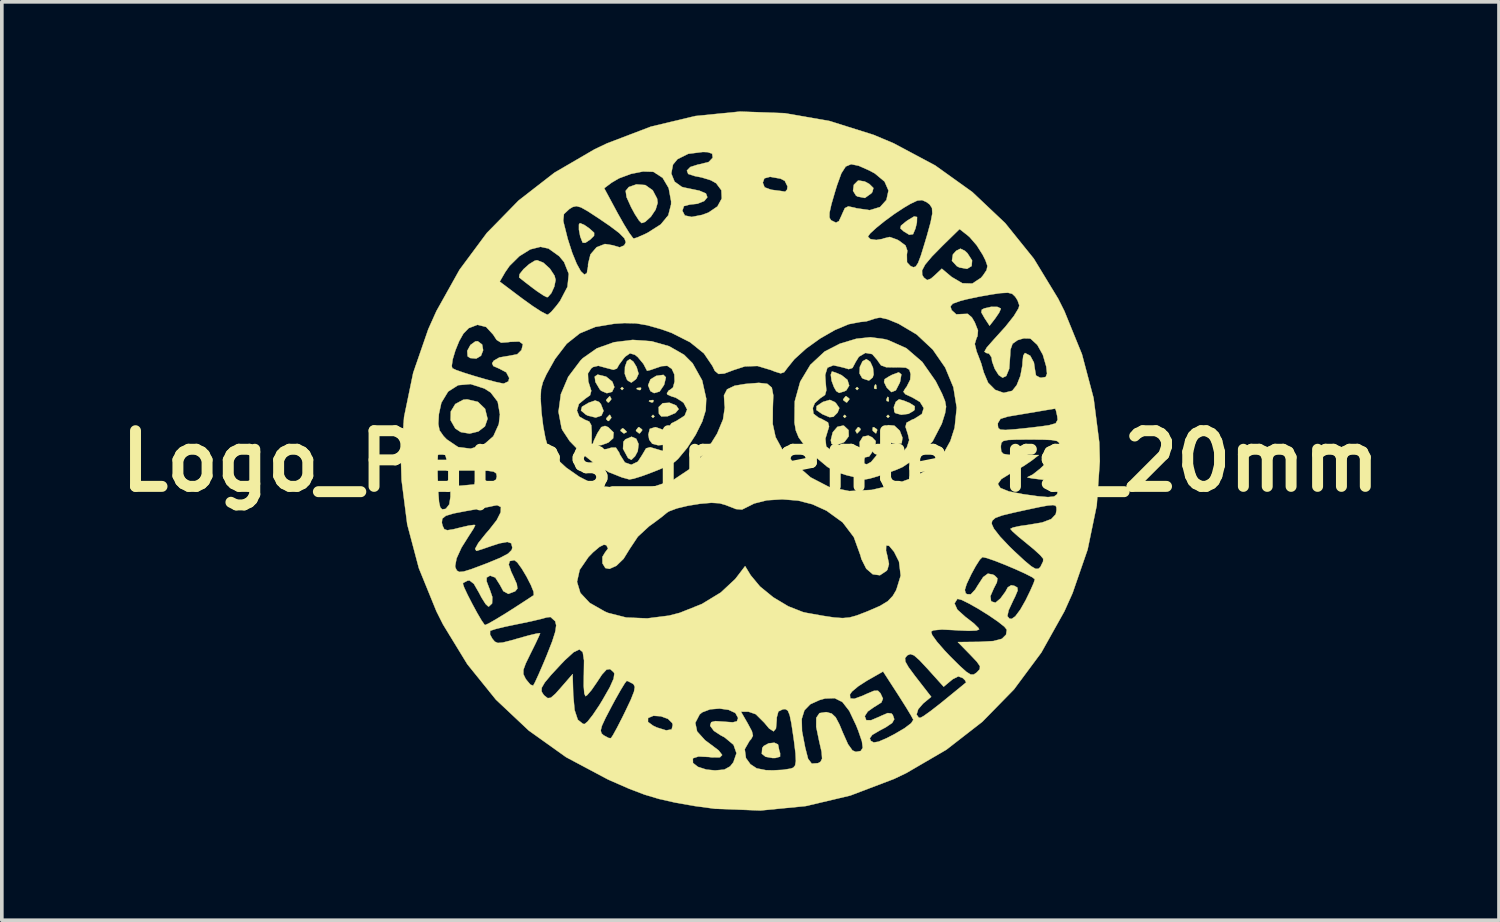
<source format=kicad_pcb>
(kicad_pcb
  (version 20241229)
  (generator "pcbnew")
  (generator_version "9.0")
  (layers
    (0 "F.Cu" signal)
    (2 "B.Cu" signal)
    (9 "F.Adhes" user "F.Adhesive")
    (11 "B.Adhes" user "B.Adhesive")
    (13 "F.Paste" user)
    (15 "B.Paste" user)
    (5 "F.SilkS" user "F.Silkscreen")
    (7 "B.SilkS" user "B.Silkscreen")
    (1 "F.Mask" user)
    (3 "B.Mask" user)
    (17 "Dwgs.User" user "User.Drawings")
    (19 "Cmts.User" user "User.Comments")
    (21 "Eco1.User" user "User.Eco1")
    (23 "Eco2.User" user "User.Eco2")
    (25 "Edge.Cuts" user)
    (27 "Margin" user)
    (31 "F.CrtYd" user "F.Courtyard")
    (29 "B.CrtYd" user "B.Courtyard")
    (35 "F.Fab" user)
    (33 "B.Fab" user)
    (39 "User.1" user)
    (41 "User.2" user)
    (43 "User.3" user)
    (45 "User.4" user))
  (footprint "Logo_Papas_Inventeurs_20mm"
    (layer "F.Cu")
    (at 17.497 9.578)
    (property "Reference" "Logo_Papas_Inventeurs_20mm" (at 0 0 0) (layer "F.SilkS") (effects (font (size 1.524 1.524) (thickness 0.3))))
    (attr through_hole)
    (fp_poly (pts (xy -3.471 -1.99) (xy -3.514 -1.947) (xy -3.556 -1.99) (xy -3.514 -2.032) (xy -3.471 -1.99)) (stroke (width 0.01) (type solid)) (fill yes) (layer "F.SilkS"))
    (fp_poly (pts (xy -2.625 -1.228) (xy -2.667 -1.185) (xy -2.709 -1.228) (xy -2.667 -1.27) (xy -2.625 -1.228)) (stroke (width 0.01) (type solid)) (fill yes) (layer "F.SilkS"))
    (fp_poly (pts (xy 2.625 -1.228) (xy 2.582 -1.185) (xy 2.54 -1.228) (xy 2.582 -1.27) (xy 2.625 -1.228)) (stroke (width 0.01) (type solid)) (fill yes) (layer "F.SilkS"))
    (fp_poly (pts (xy 2.963 -1.99) (xy 2.921 -1.947) (xy 2.879 -1.99) (xy 2.921 -2.032) (xy 2.963 -1.99)) (stroke (width 0.01) (type solid)) (fill yes) (layer "F.SilkS"))
    (fp_poly (pts (xy 3.81 -1.228) (xy 3.768 -1.185) (xy 3.725 -1.228) (xy 3.768 -1.27) (xy 3.81 -1.228)) (stroke (width 0.01) (type solid)) (fill yes) (layer "F.SilkS"))
    (fp_poly (pts (xy -2.992 -2.004) (xy -3.003 -1.953) (xy -3.048 -1.947) (xy -3.118 -1.978) (xy -3.104 -2.004) (xy -3.004 -2.014) (xy -2.992 -2.004)) (stroke (width 0.01) (type solid)) (fill yes) (layer "F.SilkS"))
    (fp_poly (pts (xy -2.653 -1.665) (xy -2.665 -1.615) (xy -2.709 -1.609) (xy -2.779 -1.64) (xy -2.766 -1.665) (xy -2.665 -1.675) (xy -2.653 -1.665)) (stroke (width 0.01) (type solid)) (fill yes) (layer "F.SilkS"))
    (fp_poly (pts (xy 3.443 -2.088) (xy 3.453 -1.988) (xy 3.443 -1.976) (xy 3.393 -1.987) (xy 3.387 -2.032) (xy 3.418 -2.102) (xy 3.443 -2.088)) (stroke (width 0.01) (type solid)) (fill yes) (layer "F.SilkS"))
    (fp_poly (pts (xy 3.782 -1.75) (xy 3.792 -1.649) (xy 3.782 -1.637) (xy 3.731 -1.649) (xy 3.725 -1.693) (xy 3.756 -1.763) (xy 3.782 -1.75)) (stroke (width 0.01) (type solid)) (fill yes) (layer "F.SilkS"))
    (fp_poly (pts (xy -3.811 -1.712) (xy -3.81 -1.693) (xy -3.875 -1.612) (xy -3.9 -1.609) (xy -3.95 -1.661) (xy -3.937 -1.693) (xy -3.861 -1.774) (xy -3.847 -1.778) (xy -3.811 -1.712)) (stroke (width 0.01) (type solid)) (fill yes) (layer "F.SilkS"))
    (fp_poly (pts (xy -3.811 -1.204) (xy -3.81 -1.185) (xy -3.875 -1.104) (xy -3.9 -1.101) (xy -3.95 -1.153) (xy -3.937 -1.185) (xy -3.861 -1.266) (xy -3.847 -1.27) (xy -3.811 -1.204)) (stroke (width 0.01) (type solid)) (fill yes) (layer "F.SilkS"))
    (fp_poly (pts (xy -3.471 -0.889) (xy -3.391 -0.813) (xy -3.387 -0.799) (xy -3.452 -0.763) (xy -3.471 -0.762) (xy -3.553 -0.827) (xy -3.556 -0.852) (xy -3.504 -0.902) (xy -3.471 -0.889)) (stroke (width 0.01) (type solid)) (fill yes) (layer "F.SilkS"))
    (fp_poly (pts (xy -2.966 -0.867) (xy -2.963 -0.847) (xy -3.028 -0.764) (xy -3.048 -0.762) (xy -3.13 -0.826) (xy -3.133 -0.847) (xy -3.068 -0.929) (xy -3.048 -0.931) (xy -2.966 -0.867)) (stroke (width 0.01) (type solid)) (fill yes) (layer "F.SilkS"))
    (fp_poly (pts (xy 2.707 -1.714) (xy 2.709 -1.693) (xy 2.645 -1.611) (xy 2.625 -1.609) (xy 2.542 -1.673) (xy 2.54 -1.693) (xy 2.604 -1.776) (xy 2.625 -1.778) (xy 2.707 -1.714)) (stroke (width 0.01) (type solid)) (fill yes) (layer "F.SilkS"))
    (fp_poly (pts (xy 3.019 -0.879) (xy 3.006 -0.847) (xy 2.93 -0.766) (xy 2.916 -0.762) (xy 2.88 -0.828) (xy 2.879 -0.847) (xy 2.944 -0.928) (xy 2.968 -0.931) (xy 3.019 -0.879)) (stroke (width 0.01) (type solid)) (fill yes) (layer "F.SilkS"))
    (fp_poly (pts (xy 3.468 -0.87) (xy 3.471 -0.847) (xy 3.442 -0.764) (xy 3.434 -0.762) (xy 3.362 -0.821) (xy 3.344 -0.847) (xy 3.351 -0.925) (xy 3.382 -0.931) (xy 3.468 -0.87)) (stroke (width 0.01) (type solid)) (fill yes) (layer "F.SilkS"))
    (fp_poly (pts (xy -2.033 -1.526) (xy -1.964 -1.425) (xy -2.054 -1.32) (xy -2.265 -1.231) (xy -2.439 -1.225) (xy -2.506 -1.302) (xy -2.512 -1.482) (xy -2.401 -1.588) (xy -2.214 -1.6) (xy -2.033 -1.526)) (stroke (width 0.01) (type solid)) (fill yes) (layer "F.SilkS"))
    (fp_poly (pts (xy -7.346 -3.195) (xy -7.318 -3.039) (xy -7.377 -2.887) (xy -7.506 -2.81) (xy -7.675 -2.825) (xy -7.743 -2.872) (xy -7.753 -3.021) (xy -7.666 -3.182) (xy -7.531 -3.28) (xy -7.466 -3.285) (xy -7.346 -3.195)) (stroke (width 0.01) (type solid)) (fill yes) (layer "F.SilkS"))
    (fp_poly (pts (xy -3.951 -2.315) (xy -3.78 -2.177) (xy -3.725 -2.029) (xy -3.788 -1.899) (xy -3.931 -1.862) (xy -4.086 -1.928) (xy -4.125 -1.968) (xy -4.244 -2.169) (xy -4.263 -2.316) (xy -4.183 -2.371) (xy -3.951 -2.315)) (stroke (width 0.01) (type solid)) (fill yes) (layer "F.SilkS"))
    (fp_poly (pts (xy -2.314 -2.296) (xy -2.358 -2.109) (xy -2.366 -2.086) (xy -2.486 -1.908) (xy -2.638 -1.864) (xy -2.738 -1.919) (xy -2.801 -2.079) (xy -2.735 -2.242) (xy -2.578 -2.337) (xy -2.381 -2.364) (xy -2.314 -2.296)) (stroke (width 0.01) (type solid)) (fill yes) (layer "F.SilkS"))
    (fp_poly (pts (xy 3.942 -0.973) (xy 4.089 -0.835) (xy 4.163 -0.644) (xy 4.142 -0.492) (xy 4.005 -0.46) (xy 3.831 -0.511) (xy 3.687 -0.633) (xy 3.643 -0.801) (xy 3.709 -0.948) (xy 3.774 -0.988) (xy 3.942 -0.973)) (stroke (width 0.01) (type solid)) (fill yes) (layer "F.SilkS"))
    (fp_poly (pts (xy -4.551 -6.471) (xy -4.405 -6.369) (xy -4.279 -6.255) (xy -4.281 -6.173) (xy -4.388 -6.067) (xy -4.522 -5.979) (xy -4.594 -5.985) (xy -4.659 -6.151) (xy -4.695 -6.339) (xy -4.695 -6.482) (xy -4.668 -6.519) (xy -4.551 -6.471)) (stroke (width 0.01) (type solid)) (fill yes) (layer "F.SilkS"))
    (fp_poly (pts (xy -4.143 -1.621) (xy -4.094 -1.564) (xy -4.021 -1.378) (xy -4.079 -1.247) (xy -4.235 -1.195) (xy -4.453 -1.248) (xy -4.508 -1.277) (xy -4.639 -1.388) (xy -4.611 -1.492) (xy -4.427 -1.601) (xy -4.25 -1.662) (xy -4.143 -1.621)) (stroke (width 0.01) (type solid)) (fill yes) (layer "F.SilkS"))
    (fp_poly (pts (xy -3.127 -0.615) (xy -3.062 -0.47) (xy -3.084 -0.275) (xy -3.158 -0.136) (xy -3.259 -0.037) (xy -3.344 -0.082) (xy -3.357 -0.098) (xy -3.488 -0.34) (xy -3.477 -0.532) (xy -3.425 -0.596) (xy -3.255 -0.67) (xy -3.127 -0.615)) (stroke (width 0.01) (type solid)) (fill yes) (layer "F.SilkS"))
    (fp_poly (pts (xy -2.394 -0.862) (xy -2.295 -0.66) (xy -2.286 -0.543) (xy -2.355 -0.451) (xy -2.526 -0.436) (xy -2.688 -0.479) (xy -2.77 -0.588) (xy -2.794 -0.727) (xy -2.756 -0.885) (xy -2.61 -0.931) (xy -2.591 -0.931) (xy -2.394 -0.862)) (stroke (width 0.01) (type solid)) (fill yes) (layer "F.SilkS"))
    (fp_poly (pts (xy 2.563 -0.969) (xy 2.687 -0.851) (xy 2.692 -0.683) (xy 2.58 -0.532) (xy 2.546 -0.511) (xy 2.331 -0.43) (xy 2.221 -0.476) (xy 2.201 -0.576) (xy 2.254 -0.791) (xy 2.382 -0.941) (xy 2.541 -0.976) (xy 2.563 -0.969)) (stroke (width 0.01) (type solid)) (fill yes) (layer "F.SilkS"))
    (fp_poly (pts (xy 3.282 -2.722) (xy 3.357 -2.557) (xy 3.374 -2.374) (xy 3.347 -2.291) (xy 3.246 -2.208) (xy 3.094 -2.256) (xy 3.058 -2.278) (xy 2.987 -2.404) (xy 2.997 -2.582) (xy 3.071 -2.737) (xy 3.175 -2.794) (xy 3.282 -2.722)) (stroke (width 0.01) (type solid)) (fill yes) (layer "F.SilkS"))
    (fp_poly (pts (xy 3.333 -0.654) (xy 3.431 -0.551) (xy 3.422 -0.418) (xy 3.379 -0.314) (xy 3.251 -0.129) (xy 3.122 -0.102) (xy 3.019 -0.232) (xy 2.996 -0.303) (xy 2.991 -0.527) (xy 3.081 -0.672) (xy 3.231 -0.702) (xy 3.333 -0.654)) (stroke (width 0.01) (type solid)) (fill yes) (layer "F.SilkS"))
    (fp_poly (pts (xy 4.563 -6.686) (xy 4.558 -6.535) (xy 4.519 -6.371) (xy 4.453 -6.215) (xy 4.349 -6.2) (xy 4.196 -6.294) (xy 4.107 -6.375) (xy 4.123 -6.45) (xy 4.261 -6.563) (xy 4.307 -6.596) (xy 4.483 -6.702) (xy 4.563 -6.686)) (stroke (width 0.01) (type solid)) (fill yes) (layer "F.SilkS"))
    (fp_poly (pts (xy 5.873 -5.76) (xy 5.943 -5.694) (xy 6.07 -5.497) (xy 6.057 -5.343) (xy 5.932 -5.267) (xy 5.724 -5.304) (xy 5.652 -5.341) (xy 5.518 -5.488) (xy 5.545 -5.661) (xy 5.635 -5.761) (xy 5.751 -5.819) (xy 5.873 -5.76)) (stroke (width 0.01) (type solid)) (fill yes) (layer "F.SilkS"))
    (fp_poly (pts (xy 6.765 -4.225) (xy 6.854 -4.181) (xy 6.856 -4.17) (xy 6.808 -4.063) (xy 6.702 -3.908) (xy 6.549 -3.71) (xy 6.41 -3.921) (xy 6.323 -4.075) (xy 6.336 -4.149) (xy 6.402 -4.183) (xy 6.592 -4.227) (xy 6.765 -4.225)) (stroke (width 0.01) (type solid)) (fill yes) (layer "F.SilkS"))
    (fp_poly (pts (xy -3.205 -2.725) (xy -3.116 -2.579) (xy -3.062 -2.396) (xy -3.12 -2.264) (xy -3.146 -2.236) (xy -3.259 -2.152) (xy -3.351 -2.202) (xy -3.382 -2.238) (xy -3.44 -2.392) (xy -3.435 -2.583) (xy -3.379 -2.74) (xy -3.299 -2.794) (xy -3.205 -2.725)) (stroke (width 0.01) (type solid)) (fill yes) (layer "F.SilkS"))
    (fp_poly (pts (xy 3.131 -7.658) (xy 3.258 -7.589) (xy 3.368 -7.48) (xy 3.34 -7.372) (xy 3.31 -7.333) (xy 3.135 -7.208) (xy 2.934 -7.247) (xy 2.892 -7.272) (xy 2.81 -7.404) (xy 2.832 -7.568) (xy 2.942 -7.678) (xy 2.966 -7.685) (xy 3.131 -7.658)) (stroke (width 0.01) (type solid)) (fill yes) (layer "F.SilkS"))
    (fp_poly (pts (xy 4.133 -2.377) (xy 4.102 -2.189) (xy 4.089 -2.148) (xy 3.982 -1.94) (xy 3.861 -1.892) (xy 3.739 -2.009) (xy 3.724 -2.034) (xy 3.659 -2.168) (xy 3.676 -2.246) (xy 3.805 -2.326) (xy 3.881 -2.366) (xy 4.062 -2.433) (xy 4.133 -2.377)) (stroke (width 0.01) (type solid)) (fill yes) (layer "F.SilkS"))
    (fp_poly (pts (xy 4.193 -1.661) (xy 4.356 -1.595) (xy 4.499 -1.505) (xy 4.497 -1.412) (xy 4.476 -1.384) (xy 4.328 -1.297) (xy 4.132 -1.272) (xy 3.973 -1.315) (xy 3.942 -1.347) (xy 3.927 -1.481) (xy 3.982 -1.627) (xy 4.069 -1.693) (xy 4.193 -1.661)) (stroke (width 0.01) (type solid)) (fill yes) (layer "F.SilkS"))
    (fp_poly (pts (xy -7.461 -1.624) (xy -7.265 -1.434) (xy -7.197 -1.16) (xy -7.269 -0.954) (xy -7.45 -0.814) (xy -7.688 -0.756) (xy -7.931 -0.797) (xy -8.08 -0.895) (xy -8.209 -1.122) (xy -8.203 -1.362) (xy -8.081 -1.565) (xy -7.864 -1.682) (xy -7.757 -1.693) (xy -7.461 -1.624)) (stroke (width 0.01) (type solid)) (fill yes) (layer "F.SilkS"))
    (fp_poly (pts (xy -3.892 -0.93) (xy -3.746 -0.787) (xy -3.758 -0.627) (xy -3.889 -0.511) (xy -4.071 -0.443) (xy -4.236 -0.425) (xy -4.317 -0.462) (xy -4.318 -0.47) (xy -4.283 -0.57) (xy -4.197 -0.75) (xy -4.188 -0.768) (xy -4.083 -0.933) (xy -3.981 -0.966) (xy -3.892 -0.93)) (stroke (width 0.01) (type solid)) (fill yes) (layer "F.SilkS"))
    (fp_poly (pts (xy 0.755 7.754) (xy 0.762 7.782) (xy 0.79 7.924) (xy 0.813 7.994) (xy 0.812 8.09) (xy 0.687 8.126) (xy 0.611 8.128) (xy 0.416 8.093) (xy 0.312 8.011) (xy 0.324 7.855) (xy 0.362 7.8) (xy 0.5 7.725) (xy 0.656 7.709) (xy 0.755 7.754)) (stroke (width 0.01) (type solid)) (fill yes) (layer "F.SilkS"))
    (fp_poly (pts (xy 2.337 -2.424) (xy 2.494 -2.357) (xy 2.657 -2.227) (xy 2.705 -2.07) (xy 2.626 -1.94) (xy 2.575 -1.914) (xy 2.43 -1.87) (xy 2.351 -1.919) (xy 2.289 -2.026) (xy 2.223 -2.202) (xy 2.201 -2.367) (xy 2.23 -2.453) (xy 2.24 -2.455) (xy 2.337 -2.424)) (stroke (width 0.01) (type solid)) (fill yes) (layer "F.SilkS"))
    (fp_poly (pts (xy 2.31 -1.619) (xy 2.345 -1.586) (xy 2.435 -1.456) (xy 2.389 -1.335) (xy 2.374 -1.317) (xy 2.273 -1.216) (xy 2.167 -1.205) (xy 1.987 -1.28) (xy 1.968 -1.289) (xy 1.807 -1.401) (xy 1.812 -1.509) (xy 1.985 -1.622) (xy 1.993 -1.625) (xy 2.175 -1.679) (xy 2.31 -1.619)) (stroke (width 0.01) (type solid)) (fill yes) (layer "F.SilkS"))
    (fp_poly (pts (xy -2.878 -7.561) (xy -2.674 -7.417) (xy -2.554 -7.188) (xy -2.54 -7.073) (xy -2.595 -6.889) (xy -2.725 -6.695) (xy -2.881 -6.553) (xy -2.978 -6.519) (xy -3.049 -6.589) (xy -3.165 -6.768) (xy -3.265 -6.953) (xy -3.391 -7.231) (xy -3.415 -7.403) (xy -3.329 -7.507) (xy -3.125 -7.578) (xy -3.119 -7.579) (xy -2.878 -7.561)) (stroke (width 0.01) (type solid)) (fill yes) (layer "F.SilkS"))
    (fp_poly (pts (xy -5.671 -5.436) (xy -5.492 -5.274) (xy -5.363 -5.079) (xy -5.334 -4.963) (xy -5.369 -4.782) (xy -5.45 -4.603) (xy -5.543 -4.497) (xy -5.57 -4.49) (xy -5.667 -4.538) (xy -5.848 -4.659) (xy -5.959 -4.741) (xy -6.16 -4.895) (xy -6.301 -5.007) (xy -6.333 -5.035) (xy -6.319 -5.123) (xy -6.212 -5.258) (xy -6.058 -5.395) (xy -5.907 -5.488) (xy -5.842 -5.503) (xy -5.671 -5.436)) (stroke (width 0.01) (type solid)) (fill yes) (layer "F.SilkS"))
    (fp_poly (pts (xy -2.706 -3.284) (xy -2.224 -3.147) (xy -1.815 -2.913) (xy -1.583 -2.681) (xy -1.321 -2.212) (xy -1.21 -1.714) (xy -1.224 -1.393) (xy -1.318 -1.088) (xy -1.498 -0.726) (xy -1.729 -0.367) (xy -1.975 -0.07) (xy -2.068 0.016) (xy -2.204 0.096) (xy -2.434 0.201) (xy -2.71 0.312) (xy -2.982 0.412) (xy -3.201 0.48) (xy -3.317 0.499) (xy -3.32 0.498) (xy -3.411 0.472) (xy -3.511 0.446) (xy -3.878 0.301) (xy -4.27 0.062) (xy -4.641 -0.234) (xy -4.95 -0.552) (xy -5.15 -0.856) (xy -5.17 -0.904) (xy -5.255 -1.354) (xy -5.25 -1.387) (xy -4.75 -1.387) (xy -4.685 -1.222) (xy -4.538 -1.137) (xy -4.413 -1.086) (xy -4.356 -0.983) (xy -4.345 -0.776) (xy -4.347 -0.691) (xy -4.348 -0.452) (xy -4.314 -0.337) (xy -4.224 -0.304) (xy -4.149 -0.305) (xy -3.925 -0.335) (xy -3.799 -0.373) (xy -3.684 -0.373) (xy -3.594 -0.236) (xy -3.57 -0.175) (xy -3.437 0.035) (xy -3.26 0.097) (xy -3.082 0.012) (xy -2.962 -0.174) (xy -2.857 -0.352) (xy -2.742 -0.383) (xy -2.718 -0.375) (xy -2.407 -0.283) (xy -2.205 -0.313) (xy -2.121 -0.461) (xy -2.16 -0.719) (xy -2.178 -0.768) (xy -2.224 -0.941) (xy -2.163 -1.037) (xy -2.028 -1.102) (xy -1.801 -1.246) (xy -1.732 -1.415) (xy -1.824 -1.591) (xy -1.867 -1.629) (xy -2.044 -1.74) (xy -2.168 -1.778) (xy -2.275 -1.827) (xy -2.286 -1.863) (xy -2.228 -1.945) (xy -2.211 -1.947) (xy -2.119 -2.018) (xy -2.075 -2.184) (xy -2.083 -2.377) (xy -2.152 -2.527) (xy -2.154 -2.529) (xy -2.276 -2.612) (xy -2.431 -2.602) (xy -2.556 -2.56) (xy -2.737 -2.497) (xy -2.829 -2.476) (xy -2.831 -2.478) (xy -2.93 -2.666) (xy -3.086 -2.853) (xy -3.165 -2.915) (xy -3.298 -2.953) (xy -3.428 -2.863) (xy -3.47 -2.814) (xy -3.594 -2.647) (xy -3.655 -2.538) (xy -3.75 -2.503) (xy -3.952 -2.555) (xy -4.164 -2.613) (xy -4.307 -2.579) (xy -4.359 -2.541) (xy -4.449 -2.401) (xy -4.44 -2.187) (xy -4.357 -1.928) (xy -4.391 -1.804) (xy -4.526 -1.71) (xy -4.696 -1.568) (xy -4.75 -1.387) (xy -5.25 -1.387) (xy -5.19 -1.834) (xy -4.988 -2.31) (xy -4.655 -2.752) (xy -4.59 -2.819) (xy -4.204 -3.09) (xy -3.735 -3.257) (xy -3.223 -3.321) (xy -2.706 -3.284)) (stroke (width 0.01) (type solid)) (fill yes) (layer "F.SilkS"))
    (fp_poly (pts (xy 3.662 -3.344) (xy 3.77 -3.316) (xy 4.27 -3.093) (xy 4.704 -2.719) (xy 5.074 -2.191) (xy 5.247 -1.848) (xy 5.329 -1.647) (xy 5.358 -1.492) (xy 5.331 -1.316) (xy 5.248 -1.052) (xy 5.238 -1.022) (xy 4.99 -0.545) (xy 4.6 -0.13) (xy 4.165 0.161) (xy 3.995 0.235) (xy 3.749 0.326) (xy 3.486 0.412) (xy 3.263 0.477) (xy 3.136 0.5) (xy 3.133 0.5) (xy 3.033 0.478) (xy 2.822 0.428) (xy 2.635 0.384) (xy 2.352 0.294) (xy 2.108 0.156) (xy 1.845 -0.065) (xy 1.716 -0.191) (xy 1.469 -0.451) (xy 1.321 -0.651) (xy 1.243 -0.843) (xy 1.207 -1.054) (xy 1.212 -1.456) (xy 1.708 -1.456) (xy 1.727 -1.3) (xy 1.864 -1.194) (xy 1.942 -1.161) (xy 2.125 -1.061) (xy 2.154 -0.949) (xy 2.149 -0.933) (xy 2.053 -0.617) (xy 2.076 -0.401) (xy 2.211 -0.299) (xy 2.449 -0.322) (xy 2.506 -0.342) (xy 2.736 -0.387) (xy 2.86 -0.313) (xy 2.879 -0.224) (xy 2.948 -0.056) (xy 3.104 0.065) (xy 3.19 0.085) (xy 3.306 0.019) (xy 3.438 -0.139) (xy 3.444 -0.148) (xy 3.551 -0.318) (xy 3.611 -0.412) (xy 3.612 -0.414) (xy 3.697 -0.407) (xy 3.874 -0.347) (xy 3.903 -0.335) (xy 4.095 -0.27) (xy 4.206 -0.292) (xy 4.282 -0.375) (xy 4.348 -0.578) (xy 4.313 -0.734) (xy 4.247 -0.94) (xy 4.274 -1.052) (xy 4.419 -1.133) (xy 4.487 -1.159) (xy 4.695 -1.292) (xy 4.746 -1.455) (xy 4.643 -1.622) (xy 4.436 -1.745) (xy 4.245 -1.833) (xy 4.189 -1.902) (xy 4.243 -1.995) (xy 4.274 -2.03) (xy 4.375 -2.23) (xy 4.388 -2.385) (xy 4.352 -2.506) (xy 4.258 -2.561) (xy 4.058 -2.572) (xy 3.968 -2.569) (xy 3.717 -2.574) (xy 3.577 -2.624) (xy 3.492 -2.741) (xy 3.483 -2.76) (xy 3.335 -2.932) (xy 3.148 -2.965) (xy 2.97 -2.86) (xy 2.883 -2.719) (xy 2.796 -2.554) (xy 2.69 -2.52) (xy 2.546 -2.564) (xy 2.272 -2.626) (xy 2.108 -2.56) (xy 2.047 -2.361) (xy 2.059 -2.176) (xy 2.079 -1.941) (xy 2.043 -1.814) (xy 1.934 -1.738) (xy 1.922 -1.733) (xy 1.764 -1.592) (xy 1.708 -1.456) (xy 1.212 -1.456) (xy 1.215 -1.641) (xy 1.364 -2.177) (xy 1.642 -2.64) (xy 2.033 -3.003) (xy 2.45 -3.217) (xy 2.903 -3.353) (xy 3.286 -3.394) (xy 3.662 -3.344)) (stroke (width 0.01) (type solid)) (fill yes) (layer "F.SilkS"))
    (fp_poly (pts (xy 0.943 -9.528) (xy 2.165 -9.315) (xy 3.374 -8.935) (xy 3.927 -8.702) (xy 5.059 -8.098) (xy 6.076 -7.37) (xy 6.976 -6.519) (xy 7.76 -5.546) (xy 8.426 -4.451) (xy 8.597 -4.111) (xy 9.078 -2.93) (xy 9.397 -1.727) (xy 9.552 -0.515) (xy 9.567 0) (xy 9.483 1.211) (xy 9.233 2.42) (xy 8.821 3.612) (xy 8.597 4.111) (xy 7.965 5.241) (xy 7.216 6.25) (xy 6.349 7.136) (xy 5.365 7.9) (xy 4.267 8.54) (xy 3.927 8.702) (xy 2.734 9.155) (xy 1.516 9.443) (xy 0.279 9.564) (xy -0.967 9.517) (xy -1.524 9.442) (xy -2.062 9.347) (xy -2.5 9.248) (xy -2.899 9.129) (xy -3.317 8.97) (xy -3.814 8.753) (xy -3.91 8.709) (xy -4.974 8.143) (xy -1.576 8.143) (xy -1.572 8.263) (xy -1.436 8.37) (xy -1.205 8.444) (xy -0.967 8.467) (xy -0.713 8.444) (xy -0.555 8.356) (xy -0.467 8.245) (xy -0.381 7.995) (xy -0.462 7.765) (xy -0.706 7.562) (xy -0.812 7.506) (xy -1 7.383) (xy -1.097 7.253) (xy -1.101 7.229) (xy -1.072 7.145) (xy -0.958 7.117) (xy -0.72 7.133) (xy -0.483 7.15) (xy -0.37 7.122) (xy -0.339 7.039) (xy -0.339 7.027) (xy -0.412 6.894) (xy -0.489 6.858) (xy -0.259 6.858) (xy -0.07 7.186) (xy 0.041 7.394) (xy 0.069 7.517) (xy 0.018 7.612) (xy -0.025 7.658) (xy -0.155 7.886) (xy -0.122 8.129) (xy 0 8.297) (xy 0.171 8.41) (xy 0.422 8.46) (xy 0.614 8.465) (xy 0.889 8.451) (xy 1.103 8.417) (xy 1.173 8.392) (xy 1.224 8.331) (xy 1.245 8.211) (xy 1.235 8) (xy 1.194 7.664) (xy 1.177 7.543) (xy 1.122 7.177) (xy 1.098 7.058) (xy 1.405 7.058) (xy 1.413 7.391) (xy 1.5 7.842) (xy 1.579 8.149) (xy 1.68 8.281) (xy 1.852 8.268) (xy 1.918 8.233) (xy 1.963 8.146) (xy 1.95 7.96) (xy 1.881 7.657) (xy 1.802 7.275) (xy 1.804 7.027) (xy 1.891 6.898) (xy 2.068 6.871) (xy 2.092 6.873) (xy 2.227 6.911) (xy 2.334 7.012) (xy 2.44 7.213) (xy 2.529 7.429) (xy 2.672 7.749) (xy 2.794 7.919) (xy 2.887 7.959) (xy 3.021 7.935) (xy 3.076 7.847) (xy 3.053 7.669) (xy 2.952 7.375) (xy 2.893 7.228) (xy 2.707 6.836) (xy 2.52 6.595) (xy 2.307 6.488) (xy 2.044 6.498) (xy 1.893 6.54) (xy 1.64 6.655) (xy 1.479 6.821) (xy 1.405 7.058) (xy 1.098 7.058) (xy 1.075 6.95) (xy 1.025 6.831) (xy 0.96 6.789) (xy 0.893 6.791) (xy 0.766 6.853) (xy 0.721 7.019) (xy 0.72 7.083) (xy 0.7 7.32) (xy 0.635 7.397) (xy 0.513 7.319) (xy 0.38 7.16) (xy 0.147 6.928) (xy -0.055 6.858) (xy -0.259 6.858) (xy -0.489 6.858) (xy -0.598 6.808) (xy -0.845 6.773) (xy -1.103 6.794) (xy -1.319 6.876) (xy -1.391 6.936) (xy -1.509 7.164) (xy -1.459 7.4) (xy -1.242 7.64) (xy -1.122 7.729) (xy -0.869 7.919) (xy -0.773 8.045) (xy -0.834 8.108) (xy -1.052 8.11) (xy -1.139 8.099) (xy -1.42 8.085) (xy -1.567 8.132) (xy -1.576 8.143) (xy -4.974 8.143) (xy -5.047 8.104) (xy -6.066 7.377) (xy -6.07 7.374) (xy -4.099 7.374) (xy -4.076 7.453) (xy -4.018 7.506) (xy -3.879 7.58) (xy -3.818 7.583) (xy -3.761 7.497) (xy -3.65 7.295) (xy -3.57 7.139) (xy -2.804 7.139) (xy -2.665 7.242) (xy -2.559 7.292) (xy -2.306 7.37) (xy -2.156 7.344) (xy -2.126 7.22) (xy -2.142 7.168) (xy -2.257 7.055) (xy -2.452 6.984) (xy -2.656 6.971) (xy -2.795 7.029) (xy -2.803 7.039) (xy -2.804 7.139) (xy -3.57 7.139) (xy -3.505 7.012) (xy -3.431 6.861) (xy -3.272 6.526) (xy -3.219 6.39) (xy 2.724 6.39) (xy 2.735 6.494) (xy 2.844 6.506) (xy 3.069 6.424) (xy 3.177 6.374) (xy 3.381 6.288) (xy 3.491 6.284) (xy 3.56 6.353) (xy 3.629 6.501) (xy 3.587 6.606) (xy 3.411 6.718) (xy 3.387 6.731) (xy 3.213 6.854) (xy 3.133 6.978) (xy 3.133 6.987) (xy 3.172 7.092) (xy 3.304 7.093) (xy 3.547 6.99) (xy 3.571 6.977) (xy 3.761 6.896) (xy 3.864 6.909) (xy 3.9 6.952) (xy 3.939 7.065) (xy 3.882 7.167) (xy 3.705 7.287) (xy 3.544 7.372) (xy 3.337 7.494) (xy 3.269 7.586) (xy 3.297 7.657) (xy 3.375 7.701) (xy 3.508 7.68) (xy 3.729 7.585) (xy 3.944 7.474) (xy 4.22 7.312) (xy 4.402 7.174) (xy 4.461 7.081) (xy 4.46 7.078) (xy 4.398 6.963) (xy 4.268 6.747) (xy 4.093 6.47) (xy 4.027 6.367) (xy 3.633 5.758) (xy 3.192 6.009) (xy 2.952 6.164) (xy 2.78 6.308) (xy 2.724 6.39) (xy -3.219 6.39) (xy -3.187 6.309) (xy -3.165 6.18) (xy -3.199 6.108) (xy -3.219 6.093) (xy -3.349 6.025) (xy -3.387 6.014) (xy -3.442 6.084) (xy -3.556 6.271) (xy -3.709 6.542) (xy -3.797 6.706) (xy -3.968 7.033) (xy -4.066 7.245) (xy -4.099 7.374) (xy -6.07 7.374) (xy -6.968 6.529) (xy -7.147 6.307) (xy -5.719 6.307) (xy -5.66 6.399) (xy -5.638 6.421) (xy -5.55 6.488) (xy -5.464 6.477) (xy -5.339 6.368) (xy -5.184 6.194) (xy -4.868 5.83) (xy -4.852 6.392) (xy -4.814 6.814) (xy -4.726 7.079) (xy -4.586 7.191) (xy -4.54 7.197) (xy -4.457 7.129) (xy -4.314 6.946) (xy -4.137 6.683) (xy -4.05 6.54) (xy -3.85 6.19) (xy -3.745 5.955) (xy -3.726 5.816) (xy -3.743 5.779) (xy -3.842 5.692) (xy -3.94 5.707) (xy -4.064 5.842) (xy -4.204 6.054) (xy -4.351 6.267) (xy -4.47 6.405) (xy -4.516 6.435) (xy -4.548 6.357) (xy -4.564 6.154) (xy -4.561 5.867) (xy -4.56 5.845) (xy -4.555 5.456) (xy -4.565 5.392) (xy 4.235 5.392) (xy 4.242 5.486) (xy 4.328 5.638) (xy 4.506 5.879) (xy 4.555 5.942) (xy 4.951 6.452) (xy 4.73 6.634) (xy 4.594 6.792) (xy 4.55 6.937) (xy 4.61 7.021) (xy 4.653 7.027) (xy 4.744 6.977) (xy 4.932 6.843) (xy 5.182 6.649) (xy 5.302 6.552) (xy 5.564 6.338) (xy 5.77 6.17) (xy 5.89 6.071) (xy 5.908 6.056) (xy 5.873 5.994) (xy 5.813 5.937) (xy 5.693 5.892) (xy 5.543 5.967) (xy 5.493 6.007) (xy 5.292 6.175) (xy 4.858 5.693) (xy 4.631 5.45) (xy 4.482 5.318) (xy 4.38 5.281) (xy 4.297 5.316) (xy 4.291 5.321) (xy 4.235 5.392) (xy -4.565 5.392) (xy -4.591 5.228) (xy -4.681 5.154) (xy -4.839 5.229) (xy -5.077 5.446) (xy -5.175 5.548) (xy -5.456 5.85) (xy -5.631 6.06) (xy -5.714 6.203) (xy -5.719 6.307) (xy -7.147 6.307) (xy -7.751 5.559) (xy -8.248 4.746) (xy -7.129 4.746) (xy -7.066 4.861) (xy -6.997 4.942) (xy -6.917 4.977) (xy -6.783 4.966) (xy -6.553 4.908) (xy -6.352 4.85) (xy -6.065 4.77) (xy -5.854 4.72) (xy -5.759 4.709) (xy -5.757 4.711) (xy -5.793 4.799) (xy -5.885 4.995) (xy -6.015 5.257) (xy -6.016 5.259) (xy -6.151 5.536) (xy -6.215 5.71) (xy -6.216 5.831) (xy -6.161 5.946) (xy -6.136 5.984) (xy -6.025 6.117) (xy -5.949 6.146) (xy -5.948 6.145) (xy -5.896 6.05) (xy -5.797 5.834) (xy -5.667 5.534) (xy -5.578 5.32) (xy -5.426 4.933) (xy -5.342 4.668) (xy -5.341 4.667) (xy 4.947 4.667) (xy 4.978 4.762) (xy 5.109 4.944) (xy 5.316 5.182) (xy 5.467 5.341) (xy 5.735 5.607) (xy 5.914 5.768) (xy 6.031 5.841) (xy 6.114 5.842) (xy 6.192 5.789) (xy 6.2 5.782) (xy 6.28 5.695) (xy 6.285 5.612) (xy 6.2 5.49) (xy 6.017 5.297) (xy 5.68 4.953) (xy 6.276 4.946) (xy 6.653 4.925) (xy 6.886 4.863) (xy 7 4.75) (xy 7.021 4.614) (xy 6.952 4.529) (xy 6.775 4.39) (xy 6.53 4.222) (xy 6.258 4.052) (xy 5.997 3.903) (xy 5.789 3.8) (xy 5.673 3.769) (xy 5.667 3.771) (xy 5.589 3.894) (xy 5.666 4.064) (xy 5.895 4.27) (xy 5.925 4.291) (xy 6.122 4.445) (xy 6.244 4.567) (xy 6.264 4.606) (xy 6.187 4.636) (xy 5.98 4.645) (xy 5.68 4.632) (xy 5.634 4.628) (xy 5.244 4.609) (xy 5.012 4.63) (xy 4.947 4.667) (xy -5.341 4.667) (xy -5.318 4.494) (xy -5.345 4.382) (xy -5.473 4.266) (xy -5.573 4.276) (xy -5.72 4.317) (xy -5.983 4.379) (xy -6.311 4.448) (xy -6.392 4.464) (xy -6.714 4.531) (xy -6.969 4.593) (xy -7.113 4.639) (xy -7.127 4.648) (xy -7.129 4.746) (xy -8.248 4.746) (xy -8.418 4.467) (xy -8.597 4.111) (xy -8.906 3.352) (xy -7.874 3.352) (xy -7.837 3.46) (xy -7.743 3.66) (xy -7.616 3.907) (xy -7.481 4.156) (xy -7.361 4.361) (xy -7.281 4.476) (xy -7.266 4.487) (xy -7.17 4.445) (xy -6.969 4.33) (xy -6.7 4.166) (xy -6.585 4.093) (xy -6.303 3.912) (xy -6.079 3.766) (xy -5.949 3.68) (xy -5.931 3.667) (xy -5.937 3.574) (xy -6.011 3.39) (xy -6.056 3.303) (xy -4.748 3.303) (xy -4.656 3.607) (xy -4.4 3.88) (xy -3.982 4.118) (xy -3.895 4.155) (xy -3.401 4.28) (xy -2.827 4.304) (xy -2.227 4.228) (xy -1.935 4.152) (xy -1.326 3.909) (xy -0.809 3.594) (xy -0.418 3.229) (xy -0.38 3.181) (xy -0.145 2.873) (xy 0.007 3.123) (xy 0.262 3.43) (xy 0.626 3.727) (xy 1.038 3.974) (xy 1.441 4.132) (xy 1.537 4.153) (xy 1.978 4.232) (xy 2.294 4.28) (xy 2.526 4.296) (xy 2.716 4.279) (xy 2.904 4.227) (xy 3.133 4.14) (xy 3.228 4.102) (xy 3.552 3.961) (xy 3.76 3.835) (xy 3.898 3.69) (xy 3.994 3.527) (xy 3.995 3.525) (xy 5.871 3.525) (xy 5.894 3.613) (xy 5.928 3.641) (xy 6.034 3.646) (xy 6.155 3.516) (xy 6.22 3.409) (xy 6.373 3.174) (xy 6.502 3.079) (xy 6.641 3.105) (xy 6.689 3.132) (xy 6.763 3.206) (xy 6.75 3.315) (xy 6.664 3.483) (xy 6.571 3.695) (xy 6.588 3.823) (xy 6.606 3.844) (xy 6.711 3.874) (xy 6.846 3.759) (xy 6.857 3.745) (xy 6.983 3.573) (xy 7.047 3.455) (xy 7.14 3.397) (xy 7.225 3.412) (xy 7.309 3.459) (xy 7.318 3.541) (xy 7.249 3.705) (xy 7.199 3.805) (xy 7.071 4.081) (xy 7.036 4.241) (xy 7.091 4.31) (xy 7.153 4.318) (xy 7.253 4.248) (xy 7.391 4.063) (xy 7.534 3.812) (xy 7.664 3.545) (xy 7.756 3.336) (xy 7.789 3.233) (xy 7.717 3.177) (xy 7.529 3.081) (xy 7.268 2.962) (xy 6.977 2.839) (xy 6.698 2.729) (xy 6.475 2.652) (xy 6.355 2.625) (xy 6.283 2.694) (xy 6.167 2.876) (xy 6.047 3.096) (xy 5.92 3.365) (xy 5.871 3.525) (xy 3.995 3.525) (xy 4.115 3.133) (xy 4.069 2.75) (xy 3.934 2.481) (xy 3.797 2.316) (xy 3.718 2.308) (xy 3.713 2.447) (xy 3.746 2.579) (xy 3.794 2.816) (xy 3.751 2.971) (xy 3.728 3.002) (xy 3.546 3.123) (xy 3.351 3.097) (xy 3.172 2.943) (xy 3.039 2.677) (xy 3.014 2.582) (xy 2.832 2.079) (xy 2.552 1.709) (xy 6.604 1.709) (xy 6.666 1.846) (xy 6.836 2.064) (xy 7.094 2.337) (xy 7.218 2.457) (xy 7.501 2.72) (xy 7.69 2.878) (xy 7.811 2.948) (xy 7.888 2.945) (xy 7.939 2.898) (xy 8.014 2.745) (xy 8.017 2.67) (xy 7.939 2.576) (xy 7.765 2.416) (xy 7.556 2.244) (xy 7.334 2.062) (xy 7.176 1.921) (xy 7.118 1.853) (xy 7.191 1.816) (xy 7.386 1.774) (xy 7.587 1.746) (xy 7.986 1.679) (xy 8.237 1.585) (xy 8.36 1.454) (xy 8.382 1.341) (xy 8.38 1.266) (xy 8.357 1.219) (xy 8.287 1.201) (xy 8.146 1.213) (xy 7.907 1.257) (xy 7.546 1.334) (xy 7.218 1.406) (xy 6.895 1.484) (xy 6.707 1.553) (xy 6.621 1.63) (xy 6.604 1.709) (xy 2.552 1.709) (xy 2.526 1.675) (xy 2.084 1.355) (xy 1.697 1.179) (xy 1.308 1.079) (xy 0.874 1.044) (xy 0.453 1.07) (xy 0.104 1.158) (xy -0.025 1.223) (xy -0.229 1.324) (xy -0.4 1.31) (xy -0.448 1.289) (xy -0.687 1.197) (xy -0.847 1.152) (xy -1.068 1.139) (xy -1.374 1.165) (xy -1.708 1.219) (xy -2.013 1.292) (xy -2.231 1.374) (xy -2.286 1.41) (xy -2.428 1.527) (xy -2.647 1.691) (xy -2.773 1.781) (xy -3.082 2.066) (xy -3.305 2.401) (xy -3.473 2.673) (xy -3.67 2.864) (xy -3.859 2.948) (xy -3.971 2.926) (xy -4.051 2.796) (xy -4.052 2.619) (xy -3.979 2.498) (xy -3.898 2.39) (xy -3.944 2.301) (xy -4.012 2.286) (xy -4.131 2.345) (xy -4.31 2.496) (xy -4.435 2.625) (xy -4.675 2.975) (xy -4.748 3.303) (xy -6.056 3.303) (xy -6.128 3.162) (xy -6.26 2.941) (xy -6.381 2.774) (xy -6.462 2.709) (xy -6.589 2.735) (xy -6.617 2.833) (xy -6.548 3.032) (xy -6.495 3.143) (xy -6.396 3.365) (xy -6.38 3.489) (xy -6.44 3.561) (xy -6.443 3.563) (xy -6.628 3.633) (xy -6.765 3.558) (xy -6.858 3.387) (xy -6.985 3.186) (xy -7.128 3.133) (xy -7.222 3.186) (xy -7.223 3.289) (xy -7.155 3.469) (xy -7.145 3.49) (xy -7.067 3.716) (xy -7.073 3.895) (xy -7.16 3.978) (xy -7.177 3.979) (xy -7.251 3.91) (xy -7.363 3.732) (xy -7.432 3.6) (xy -7.572 3.358) (xy -7.69 3.266) (xy -7.745 3.271) (xy -7.858 3.33) (xy -7.874 3.352) (xy -8.906 3.352) (xy -9.078 2.93) (xy -9.397 1.727) (xy -9.402 1.685) (xy -8.449 1.685) (xy -8.427 1.77) (xy -8.383 1.861) (xy -8.3 1.891) (xy -8.131 1.864) (xy -7.956 1.82) (xy -7.719 1.765) (xy -7.567 1.744) (xy -7.535 1.751) (xy -7.579 1.843) (xy -7.685 2.008) (xy -7.693 2.019) (xy -7.911 2.366) (xy -8.046 2.662) (xy -8.085 2.873) (xy -8.076 2.916) (xy -8.036 2.996) (xy -7.972 3.032) (xy -7.853 3.022) (xy -7.648 2.959) (xy -7.327 2.839) (xy -7.194 2.788) (xy -6.846 2.644) (xy -6.635 2.531) (xy -6.536 2.431) (xy -6.519 2.365) (xy -6.549 2.247) (xy -6.656 2.21) (xy -6.868 2.249) (xy -7.112 2.328) (xy -7.335 2.405) (xy -7.479 2.45) (xy -7.504 2.455) (xy -7.538 2.4) (xy -7.45 2.24) (xy -7.243 1.981) (xy -7.154 1.88) (xy -6.946 1.614) (xy -6.837 1.398) (xy -6.832 1.255) (xy -6.934 1.205) (xy -7.016 1.219) (xy -7.165 1.251) (xy -7.426 1.301) (xy -7.746 1.358) (xy -7.772 1.362) (xy -8.125 1.43) (xy -8.338 1.494) (xy -8.437 1.574) (xy -8.449 1.685) (xy -9.402 1.685) (xy -9.552 0.515) (xy -9.566 0.047) (xy -8.57 0.047) (xy -8.564 0.393) (xy -8.562 0.465) (xy -8.545 0.865) (xy -8.525 1.123) (xy -8.492 1.265) (xy -8.441 1.318) (xy -8.363 1.309) (xy -8.337 1.3) (xy -8.245 1.182) (xy -8.213 0.975) (xy -8.213 0.697) (xy -7.578 0.638) (xy -7.25 0.602) (xy -7.058 0.561) (xy -6.967 0.505) (xy -6.943 0.421) (xy -6.943 0.416) (xy -6.959 0.335) (xy -7.03 0.286) (xy -7.189 0.262) (xy -7.472 0.254) (xy -7.615 0.254) (xy -8.287 0.254) (xy -8.313 -0.021) (xy -8.369 -0.229) (xy -8.464 -0.296) (xy -8.523 -0.268) (xy -8.557 -0.163) (xy -8.57 0.047) (xy -9.566 0.047) (xy -9.567 0) (xy -9.497 -1.019) (xy -8.546 -1.019) (xy -8.511 -0.843) (xy -8.403 -0.689) (xy -8.314 -0.597) (xy -8.004 -0.387) (xy -7.659 -0.343) (xy -7.294 -0.459) (xy -7.039 -0.682) (xy -6.889 -1.013) (xy -6.858 -1.28) (xy -6.919 -1.628) (xy -7.001 -1.736) (xy -5.744 -1.736) (xy -5.725 -1.403) (xy -5.718 -1.318) (xy -5.673 -0.955) (xy -5.611 -0.624) (xy -5.542 -0.388) (xy -5.531 -0.364) (xy -5.343 -0.101) (xy -5.045 0.175) (xy -4.689 0.424) (xy -4.327 0.61) (xy -4.067 0.688) (xy -3.32 0.76) (xy -2.677 0.707) (xy -2.128 0.525) (xy -1.66 0.213) (xy -1.504 0.064) (xy -1.169 -0.341) (xy -0.912 -0.754) (xy -0.75 -1.143) (xy -0.701 -1.471) (xy -0.709 -1.544) (xy -0.724 -1.801) (xy -0.639 -1.967) (xy -0.432 -2.066) (xy -0.139 -2.115) (xy 0.231 -2.145) (xy 0.463 -2.119) (xy 0.586 -2.014) (xy 0.626 -1.803) (xy 0.614 -1.463) (xy 0.614 -1.462) (xy 0.611 -1.019) (xy 0.689 -0.661) (xy 0.869 -0.331) (xy 1.173 0.028) (xy 1.65 0.444) (xy 2.155 0.706) (xy 2.706 0.818) (xy 3.322 0.786) (xy 3.895 0.653) (xy 3.98 0.622) (xy 6.776 0.622) (xy 6.844 0.733) (xy 7.077 0.827) (xy 7.452 0.901) (xy 7.869 0.96) (xy 8.148 0.983) (xy 8.314 0.967) (xy 8.397 0.907) (xy 8.423 0.8) (xy 8.424 0.762) (xy 8.409 0.639) (xy 8.336 0.568) (xy 8.164 0.526) (xy 7.959 0.501) (xy 7.724 0.472) (xy 7.593 0.448) (xy 7.587 0.437) (xy 7.731 0.365) (xy 7.931 0.207) (xy 8.145 0.004) (xy 8.331 -0.202) (xy 8.448 -0.37) (xy 8.467 -0.431) (xy 8.453 -0.506) (xy 8.39 -0.554) (xy 8.248 -0.58) (xy 7.995 -0.591) (xy 7.662 -0.593) (xy 7.29 -0.591) (xy 7.055 -0.581) (xy 6.926 -0.554) (xy 6.871 -0.502) (xy 6.858 -0.417) (xy 6.858 -0.381) (xy 6.868 -0.265) (xy 6.926 -0.201) (xy 7.07 -0.175) (xy 7.34 -0.169) (xy 7.377 -0.169) (xy 7.897 -0.169) (xy 7.695 -0.012) (xy 7.493 0.125) (xy 7.226 0.28) (xy 7.128 0.331) (xy 6.871 0.489) (xy 6.776 0.622) (xy 3.98 0.622) (xy 4.482 0.439) (xy 4.926 0.181) (xy 5.249 -0.143) (xy 5.476 -0.554) (xy 5.592 -0.916) (xy 5.601 -1.002) (xy 6.773 -1.002) (xy 6.785 -0.911) (xy 6.844 -0.864) (xy 6.987 -0.855) (xy 7.252 -0.875) (xy 7.345 -0.884) (xy 7.684 -0.92) (xy 7.992 -0.958) (xy 8.178 -0.985) (xy 8.359 -1.037) (xy 8.412 -1.134) (xy 8.401 -1.235) (xy 8.366 -1.39) (xy 8.345 -1.439) (xy 8.26 -1.426) (xy 8.055 -1.392) (xy 7.826 -1.353) (xy 7.499 -1.298) (xy 7.196 -1.247) (xy 7.048 -1.222) (xy 6.848 -1.16) (xy 6.776 -1.042) (xy 6.773 -1.002) (xy 5.601 -1.002) (xy 5.649 -1.465) (xy 5.558 -2.024) (xy 5.334 -2.564) (xy 4.993 -3.057) (xy 4.551 -3.471) (xy 4.055 -3.765) (xy 3.752 -3.888) (xy 3.552 -3.933) (xy 3.411 -3.907) (xy 3.394 -3.899) (xy 3.179 -3.83) (xy 3 -3.81) (xy 2.692 -3.751) (xy 2.314 -3.592) (xy 1.911 -3.361) (xy 1.527 -3.085) (xy 1.204 -2.792) (xy 1.014 -2.556) (xy 0.924 -2.436) (xy 0.828 -2.405) (xy 0.663 -2.456) (xy 0.574 -2.493) (xy 0.195 -2.607) (xy -0.15 -2.596) (xy -0.453 -2.498) (xy -0.715 -2.4) (xy -0.872 -2.389) (xy -0.973 -2.472) (xy -1.041 -2.61) (xy -1.273 -2.952) (xy -1.652 -3.258) (xy -2.157 -3.513) (xy -2.435 -3.612) (xy -2.821 -3.722) (xy -3.133 -3.775) (xy -3.455 -3.782) (xy -3.725 -3.764) (xy -4.246 -3.677) (xy -4.671 -3.501) (xy -5.03 -3.216) (xy -5.349 -2.799) (xy -5.586 -2.376) (xy -5.682 -2.165) (xy -5.732 -1.971) (xy -5.744 -1.736) (xy -7.001 -1.736) (xy -7.112 -1.881) (xy -7.28 -1.989) (xy -7.663 -2.112) (xy -8.003 -2.081) (xy -8.277 -1.906) (xy -8.462 -1.601) (xy -8.53 -1.29) (xy -8.546 -1.019) (xy -9.497 -1.019) (xy -9.483 -1.211) (xy -9.233 -2.42) (xy -9.169 -2.605) (xy -8.178 -2.605) (xy -8.161 -2.545) (xy -8.057 -2.496) (xy -7.839 -2.42) (xy -7.553 -2.331) (xy -7.251 -2.243) (xy -6.98 -2.171) (xy -6.789 -2.13) (xy -6.752 -2.126) (xy -6.627 -2.184) (xy -6.604 -2.278) (xy -6.685 -2.433) (xy -6.869 -2.531) (xy -7.04 -2.606) (xy -7.072 -2.681) (xy -7.028 -2.751) (xy -6.874 -2.84) (xy -6.648 -2.879) (xy -6.639 -2.879) (xy -6.384 -2.928) (xy -6.268 -3.043) (xy -6.229 -3.203) (xy -6.33 -3.277) (xy -6.576 -3.268) (xy -6.624 -3.26) (xy -6.825 -3.245) (xy -6.95 -3.322) (xy -7.045 -3.468) (xy -7.237 -3.676) (xy -7.473 -3.735) (xy -7.712 -3.644) (xy -7.859 -3.493) (xy -7.975 -3.287) (xy -8.078 -3.034) (xy -8.152 -2.788) (xy -8.178 -2.605) (xy -9.169 -2.605) (xy -8.821 -3.612) (xy -8.597 -4.111) (xy -8.146 -4.917) (xy -6.864 -4.917) (xy -6.247 -4.453) (xy -5.966 -4.251) (xy -5.732 -4.099) (xy -5.58 -4.019) (xy -5.546 -4.012) (xy -5.452 -4.09) (xy -5.325 -4.239) (xy 5.477 -4.239) (xy 5.51 -4.136) (xy 5.636 -4.021) (xy 5.797 -4.029) (xy 5.949 -4.035) (xy 6.064 -3.937) (xy 6.143 -3.802) (xy 6.231 -3.579) (xy 6.217 -3.421) (xy 6.192 -3.373) (xy 6.143 -3.211) (xy 6.196 -2.997) (xy 6.218 -2.944) (xy 6.319 -2.679) (xy 6.389 -2.432) (xy 6.508 -2.149) (xy 6.703 -1.953) (xy 6.935 -1.871) (xy 7.165 -1.926) (xy 7.17 -1.929) (xy 7.292 -2.082) (xy 7.393 -2.337) (xy 7.447 -2.627) (xy 7.451 -2.715) (xy 7.471 -2.891) (xy 7.518 -2.963) (xy 7.662 -2.888) (xy 7.763 -2.701) (xy 7.789 -2.523) (xy 7.819 -2.347) (xy 7.93 -2.288) (xy 7.97 -2.286) (xy 8.086 -2.306) (xy 8.122 -2.398) (xy 8.101 -2.591) (xy 8.007 -2.915) (xy 7.855 -3.186) (xy 7.677 -3.349) (xy 7.652 -3.36) (xy 7.483 -3.364) (xy 7.318 -3.315) (xy 7.178 -3.216) (xy 7.12 -3.052) (xy 7.112 -2.887) (xy 7.086 -2.531) (xy 7.005 -2.333) (xy 6.905 -2.286) (xy 6.799 -2.358) (xy 6.691 -2.529) (xy 6.617 -2.734) (xy 6.604 -2.84) (xy 6.535 -2.945) (xy 6.459 -2.963) (xy 6.408 -2.998) (xy 6.471 -3.112) (xy 6.655 -3.321) (xy 6.657 -3.323) (xy 6.981 -3.681) (xy 7.214 -3.975) (xy 7.342 -4.186) (xy 7.363 -4.266) (xy 7.314 -4.406) (xy 7.25 -4.506) (xy 7.169 -4.583) (xy 7.051 -4.613) (xy 6.848 -4.602) (xy 6.596 -4.565) (xy 6.252 -4.504) (xy 5.924 -4.434) (xy 5.74 -4.386) (xy 5.541 -4.314) (xy 5.477 -4.239) (xy -5.325 -4.239) (xy -5.305 -4.263) (xy -5.211 -4.389) (xy -5.009 -4.775) (xy -4.973 -5.129) (xy -5.102 -5.453) (xy -5.236 -5.614) (xy -5.528 -5.823) (xy -5.747 -5.87) (xy -6.027 -5.8) (xy -6.327 -5.613) (xy -6.595 -5.348) (xy -6.713 -5.178) (xy -6.864 -4.917) (xy -8.146 -4.917) (xy -7.965 -5.241) (xy -7.216 -6.25) (xy -6.882 -6.59) (xy -5.125 -6.59) (xy -5.115 -6.538) (xy -5.002 -6.088) (xy -4.879 -5.705) (xy -4.756 -5.404) (xy -4.643 -5.2) (xy -4.547 -5.11) (xy -4.479 -5.148) (xy -4.465 -5.223) (xy 4.7 -5.223) (xy 4.704 -5.102) (xy 4.748 -5.029) (xy 4.838 -4.959) (xy 4.942 -4.998) (xy 5.046 -5.088) (xy 5.241 -5.271) (xy 5.511 -5.044) (xy 5.805 -4.872) (xy 6.076 -4.864) (xy 6.314 -5.021) (xy 6.371 -5.089) (xy 6.467 -5.232) (xy 6.49 -5.346) (xy 6.437 -5.499) (xy 6.36 -5.653) (xy 6.196 -5.912) (xy 6.005 -6.133) (xy 5.956 -6.176) (xy 5.727 -6.356) (xy 5.27 -5.909) (xy 4.969 -5.603) (xy 4.784 -5.382) (xy 4.7 -5.223) (xy -4.465 -5.223) (xy -4.446 -5.329) (xy -4.445 -5.397) (xy -4.379 -5.663) (xy -4.211 -5.858) (xy -3.985 -5.947) (xy -3.772 -5.913) (xy -3.578 -5.856) (xy -3.456 -5.908) (xy -3.41 -5.996) (xy -3.451 -6.104) (xy -3.594 -6.249) (xy -3.855 -6.446) (xy -4.162 -6.655) (xy -4.451 -6.844) (xy -4.639 -6.95) (xy -4.764 -6.984) (xy -4.865 -6.961) (xy -4.956 -6.906) (xy -5.106 -6.766) (xy -5.125 -6.59) (xy -6.882 -6.59) (xy -6.349 -7.136) (xy -5.914 -7.474) (xy -4.003 -7.474) (xy -3.632 -6.785) (xy -3.462 -6.484) (xy -3.318 -6.25) (xy -3.219 -6.115) (xy -3.193 -6.096) (xy -3.081 -6.132) (xy -3.043 -6.149) (xy 3.217 -6.149) (xy 3.287 -6.08) (xy 3.446 -6.057) (xy 3.617 -6.086) (xy 3.648 -6.1) (xy 3.815 -6.139) (xy 4.019 -6.066) (xy 4.072 -6.036) (xy 4.247 -5.906) (xy 4.297 -5.765) (xy 4.284 -5.654) (xy 4.288 -5.446) (xy 4.384 -5.343) (xy 4.463 -5.31) (xy 4.527 -5.33) (xy 4.591 -5.428) (xy 4.667 -5.627) (xy 4.767 -5.952) (xy 4.835 -6.18) (xy 4.935 -6.543) (xy 4.981 -6.782) (xy 4.972 -6.933) (xy 4.906 -7.033) (xy 4.818 -7.097) (xy 4.7 -7.149) (xy 4.571 -7.136) (xy 4.382 -7.047) (xy 4.204 -6.942) (xy 3.945 -6.772) (xy 3.68 -6.578) (xy 3.446 -6.389) (xy 3.279 -6.236) (xy 3.217 -6.149) (xy -3.043 -6.149) (xy -2.884 -6.22) (xy -2.812 -6.256) (xy -2.455 -6.483) (xy -2.301 -6.669) (xy 2.164 -6.669) (xy 2.206 -6.6) (xy 2.214 -6.594) (xy 2.343 -6.531) (xy 2.424 -6.574) (xy 2.505 -6.749) (xy 2.512 -6.768) (xy 2.586 -6.929) (xy 2.68 -6.977) (xy 2.86 -6.939) (xy 2.903 -6.926) (xy 3.267 -6.873) (xy 3.55 -6.959) (xy 3.724 -7.152) (xy 3.781 -7.411) (xy 3.674 -7.656) (xy 3.407 -7.879) (xy 3.261 -7.958) (xy 2.966 -8.089) (xy 2.758 -8.132) (xy 2.61 -8.069) (xy 2.49 -7.882) (xy 2.372 -7.556) (xy 2.323 -7.397) (xy 2.218 -7.037) (xy 2.166 -6.804) (xy 2.164 -6.669) (xy -2.301 -6.669) (xy -2.249 -6.732) (xy -2.172 -7.031) (xy -2.171 -7.117) (xy -2.238 -7.48) (xy -2.403 -7.759) (xy -2.585 -7.878) (xy -2.167 -7.878) (xy -2.077 -7.655) (xy -1.878 -7.511) (xy -1.823 -7.495) (xy -1.561 -7.441) (xy -1.397 -7.407) (xy -1.218 -7.331) (xy -1.179 -7.227) (xy -1.263 -7.124) (xy -1.451 -7.049) (xy -1.658 -7.027) (xy -1.82 -6.985) (xy -1.863 -6.858) (xy -1.795 -6.727) (xy -1.607 -6.688) (xy -1.321 -6.744) (xy -1.148 -6.808) (xy -0.903 -6.975) (xy -0.784 -7.193) (xy -0.795 -7.419) (xy -0.939 -7.612) (xy -0.963 -7.625) (xy 0.339 -7.625) (xy 0.389 -7.499) (xy 0.564 -7.434) (xy 0.614 -7.427) (xy 0.823 -7.4) (xy 0.95 -7.38) (xy 0.953 -7.38) (xy 1.005 -7.438) (xy 1.016 -7.525) (xy 0.941 -7.676) (xy 0.826 -7.736) (xy 0.539 -7.787) (xy 0.382 -7.745) (xy 0.339 -7.625) (xy -0.963 -7.625) (xy -1.082 -7.692) (xy -1.335 -7.77) (xy -1.524 -7.807) (xy -1.703 -7.865) (xy -1.739 -7.958) (xy -1.645 -8.055) (xy -1.432 -8.123) (xy -1.398 -8.128) (xy -1.143 -8.192) (xy -1.035 -8.305) (xy -1.032 -8.319) (xy -1.047 -8.42) (xy -1.17 -8.462) (xy -1.301 -8.467) (xy -1.705 -8.416) (xy -1.997 -8.27) (xy -2.12 -8.121) (xy -2.167 -7.878) (xy -2.585 -7.878) (xy -2.644 -7.917) (xy -2.672 -7.925) (xy -2.938 -7.933) (xy -3.271 -7.867) (xy -3.599 -7.745) (xy -3.801 -7.626) (xy -4.003 -7.474) (xy -5.914 -7.474) (xy -5.365 -7.9) (xy -4.267 -8.54) (xy -3.927 -8.702) (xy -2.726 -9.16) (xy -1.509 -9.451) (xy -0.284 -9.573) (xy 0.943 -9.528)) (stroke (width 0.01) (type solid)) (fill yes) (layer "F.SilkS")))
  (gr_rect
    (start -3 -3)
    (end 37.994 22.147)
    (stroke (width 0.1) (type default))
    (fill no)
    (layer "Edge.Cuts")))
</source>
